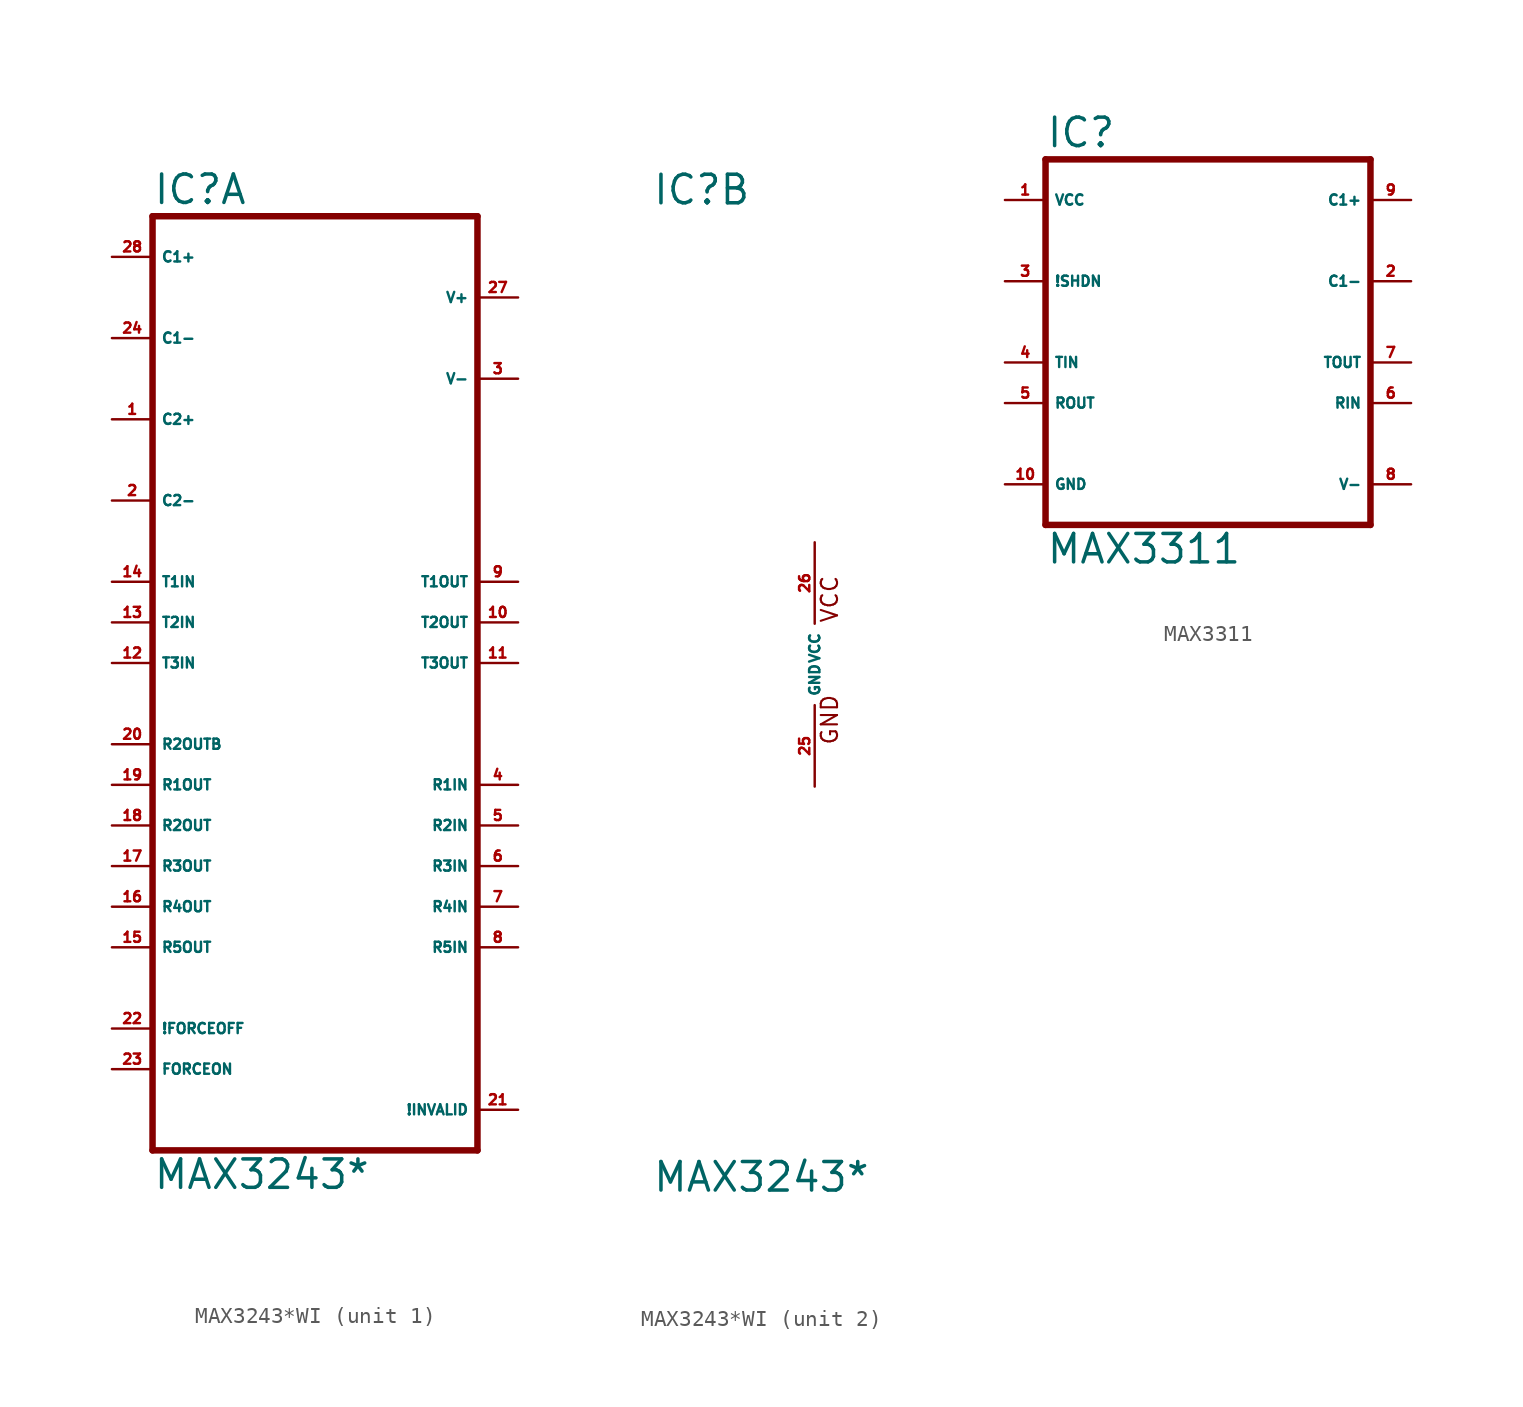
<source format=kicad_sym>
(kicad_symbol_lib
  (version 20220914)
  (generator Eagle2Kicad)
  (symbol "MAX3243*WI"
    (property "Reference" "IC"
      (at -10.16 28.575 0)
      (effects (font (size 1.778 1.778) (thickness 0.22)) (justify left bottom)))
    (property "Value" "MAX3243*"
      (at -10.16 -33.02 0)
      (effects (font (size 1.778 1.778) (thickness 0.22)) (justify left bottom)))
    (symbol "MAX3243*WI_1_0"
      (polyline (pts (xy -10.16 27.94) (xy 10.16 27.94)) (stroke (width 0.406) (type default)) (fill (type none)))
      (polyline (pts (xy 10.16 -30.48) (xy 10.16 27.94)) (stroke (width 0.406) (type default)) (fill (type none)))
      (polyline (pts (xy 10.16 -30.48) (xy -10.16 -30.48)) (stroke (width 0.406) (type default)) (fill (type none)))
      (polyline (pts (xy -10.16 27.94) (xy -10.16 -30.48)) (stroke (width 0.406) (type default)) (fill (type none)))
      (pin passive line (at -12.7 25.4 0) (length 2.54) (name "C1+" (effects (font (size 0.635 0.635) (thickness 0.08)) (justify left bottom))) (number "28" (effects (font (size 0.635 0.635) (thickness 0.08)) (justify left bottom))))
      (pin passive line (at -12.7 20.32 0) (length 2.54) (name "C1-" (effects (font (size 0.635 0.635) (thickness 0.08)) (justify left bottom))) (number "24" (effects (font (size 0.635 0.635) (thickness 0.08)) (justify left bottom))))
      (pin passive line (at -12.7 15.24 0) (length 2.54) (name "C2+" (effects (font (size 0.635 0.635) (thickness 0.08)) (justify left bottom))) (number "1" (effects (font (size 0.635 0.635) (thickness 0.08)) (justify left bottom))))
      (pin passive line (at -12.7 10.16 0) (length 2.54) (name "C2-" (effects (font (size 0.635 0.635) (thickness 0.08)) (justify left bottom))) (number "2" (effects (font (size 0.635 0.635) (thickness 0.08)) (justify left bottom))))
      (pin input line (at -12.7 5.08 0) (length 2.54) (name "T1IN" (effects (font (size 0.635 0.635) (thickness 0.08)) (justify left bottom))) (number "14" (effects (font (size 0.635 0.635) (thickness 0.08)) (justify left bottom))))
      (pin input line (at -12.7 2.54 0) (length 2.54) (name "T2IN" (effects (font (size 0.635 0.635) (thickness 0.08)) (justify left bottom))) (number "13" (effects (font (size 0.635 0.635) (thickness 0.08)) (justify left bottom))))
      (pin output line (at -12.7 -7.62 0) (length 2.54) (name "R1OUT" (effects (font (size 0.635 0.635) (thickness 0.08)) (justify left bottom))) (number "19" (effects (font (size 0.635 0.635) (thickness 0.08)) (justify left bottom))))
      (pin output line (at -12.7 -10.16 0) (length 2.54) (name "R2OUT" (effects (font (size 0.635 0.635) (thickness 0.08)) (justify left bottom))) (number "18" (effects (font (size 0.635 0.635) (thickness 0.08)) (justify left bottom))))
      (pin passive line (at 12.7 22.86 180) (length 2.54) (name "V+" (effects (font (size 0.635 0.635) (thickness 0.08)) (justify left bottom))) (number "27" (effects (font (size 0.635 0.635) (thickness 0.08)) (justify left bottom))))
      (pin passive line (at 12.7 17.78 180) (length 2.54) (name "V-" (effects (font (size 0.635 0.635) (thickness 0.08)) (justify left bottom))) (number "3" (effects (font (size 0.635 0.635) (thickness 0.08)) (justify left bottom))))
      (pin output line (at 12.7 5.08 180) (length 2.54) (name "T1OUT" (effects (font (size 0.635 0.635) (thickness 0.08)) (justify left bottom))) (number "9" (effects (font (size 0.635 0.635) (thickness 0.08)) (justify left bottom))))
      (pin output line (at 12.7 2.54 180) (length 2.54) (name "T2OUT" (effects (font (size 0.635 0.635) (thickness 0.08)) (justify left bottom))) (number "10" (effects (font (size 0.635 0.635) (thickness 0.08)) (justify left bottom))))
      (pin input line (at 12.7 -7.62 180) (length 2.54) (name "R1IN" (effects (font (size 0.635 0.635) (thickness 0.08)) (justify left bottom))) (number "4" (effects (font (size 0.635 0.635) (thickness 0.08)) (justify left bottom))))
      (pin input line (at 12.7 -10.16 180) (length 2.54) (name "R2IN" (effects (font (size 0.635 0.635) (thickness 0.08)) (justify left bottom))) (number "5" (effects (font (size 0.635 0.635) (thickness 0.08)) (justify left bottom))))
      (pin input line (at -12.7 0 0) (length 2.54) (name "T3IN" (effects (font (size 0.635 0.635) (thickness 0.08)) (justify left bottom))) (number "12" (effects (font (size 0.635 0.635) (thickness 0.08)) (justify left bottom))))
      (pin output line (at 12.7 0 180) (length 2.54) (name "T3OUT" (effects (font (size 0.635 0.635) (thickness 0.08)) (justify left bottom))) (number "11" (effects (font (size 0.635 0.635) (thickness 0.08)) (justify left bottom))))
      (pin output line (at -12.7 -5.08 0) (length 2.54) (name "R2OUTB" (effects (font (size 0.635 0.635) (thickness 0.08)) (justify left bottom))) (number "20" (effects (font (size 0.635 0.635) (thickness 0.08)) (justify left bottom))))
      (pin output line (at -12.7 -12.7 0) (length 2.54) (name "R3OUT" (effects (font (size 0.635 0.635) (thickness 0.08)) (justify left bottom))) (number "17" (effects (font (size 0.635 0.635) (thickness 0.08)) (justify left bottom))))
      (pin input line (at 12.7 -12.7 180) (length 2.54) (name "R3IN" (effects (font (size 0.635 0.635) (thickness 0.08)) (justify left bottom))) (number "6" (effects (font (size 0.635 0.635) (thickness 0.08)) (justify left bottom))))
      (pin input line (at 12.7 -27.94 180) (length 2.54) (name "!INVALID" (effects (font (size 0.635 0.635) (thickness 0.08)) (justify left bottom))) (number "21" (effects (font (size 0.635 0.635) (thickness 0.08)) (justify left bottom))))
      (pin input line (at -12.7 -22.86 0) (length 2.54) (name "!FORCEOFF" (effects (font (size 0.635 0.635) (thickness 0.08)) (justify left bottom))) (number "22" (effects (font (size 0.635 0.635) (thickness 0.08)) (justify left bottom))))
      (pin input line (at -12.7 -25.4 0) (length 2.54) (name "FORCEON" (effects (font (size 0.635 0.635) (thickness 0.08)) (justify left bottom))) (number "23" (effects (font (size 0.635 0.635) (thickness 0.08)) (justify left bottom))))
      (pin output line (at -12.7 -15.24 0) (length 2.54) (name "R4OUT" (effects (font (size 0.635 0.635) (thickness 0.08)) (justify left bottom))) (number "16" (effects (font (size 0.635 0.635) (thickness 0.08)) (justify left bottom))))
      (pin output line (at -12.7 -17.78 0) (length 2.54) (name "R5OUT" (effects (font (size 0.635 0.635) (thickness 0.08)) (justify left bottom))) (number "15" (effects (font (size 0.635 0.635) (thickness 0.08)) (justify left bottom))))
      (pin input line (at 12.7 -15.24 180) (length 2.54) (name "R4IN" (effects (font (size 0.635 0.635) (thickness 0.08)) (justify left bottom))) (number "7" (effects (font (size 0.635 0.635) (thickness 0.08)) (justify left bottom))))
      (pin input line (at 12.7 -17.78 180) (length 2.54) (name "R5IN" (effects (font (size 0.635 0.635) (thickness 0.08)) (justify left bottom))) (number "8" (effects (font (size 0.635 0.635) (thickness 0.08)) (justify left bottom)))))
    (symbol "MAX3243*WI_2_0"
      (text "GND" (at 1.524 -5.08 900) (effects (font (size 1.016 1.016) (thickness 0.13)) (justify left bottom)))
      (text "VCC" (at 1.524 2.54 900) (effects (font (size 1.016 1.016) (thickness 0.13)) (justify left bottom)))
      (pin unspecified line (at 0 7.62 270) (length 5.08) (name "VCC" (effects (font (size 0.635 0.635) (thickness 0.08)) (justify left bottom))) (number "26" (effects (font (size 0.635 0.635) (thickness 0.08)) (justify left bottom))))
      (pin unspecified line (at 0 -7.62 90) (length 5.08) (name "GND" (effects (font (size 0.635 0.635) (thickness 0.08)) (justify left bottom))) (number "25" (effects (font (size 0.635 0.635) (thickness 0.08)) (justify left bottom))))))
  (symbol "MAX3311"
    (property "Reference" "IC"
      (at -10.16 10.795 0)
      (effects (font (size 1.778 1.778) (thickness 0.22)) (justify left bottom)))
    (property "Value" "MAX3311"
      (at -10.16 -15.24 0)
      (effects (font (size 1.778 1.778) (thickness 0.22)) (justify left bottom)))
    (polyline
      (pts (xy -10.16 10.16) (xy 10.16 10.16))
      (stroke (width 0.406) (type default))
      (fill (type none)))
    (polyline
      (pts (xy 10.16 -12.7) (xy 10.16 10.16))
      (stroke (width 0.406) (type default))
      (fill (type none)))
    (polyline
      (pts (xy 10.16 -12.7) (xy -10.16 -12.7))
      (stroke (width 0.406) (type default))
      (fill (type none)))
    (polyline
      (pts (xy -10.16 10.16) (xy -10.16 -12.7))
      (stroke (width 0.406) (type default))
      (fill (type none)))
    (pin passive line
      (at 12.7 7.62 180)
      (length 2.54)
      (name "C1+" (effects (font (size 0.635 0.635) (thickness 0.08)) (justify left bottom)))
      (number "9" (effects (font (size 0.635 0.635) (thickness 0.08)) (justify left bottom))))
    (pin passive line
      (at 12.7 2.54 180)
      (length 2.54)
      (name "C1-" (effects (font (size 0.635 0.635) (thickness 0.08)) (justify left bottom)))
      (number "2" (effects (font (size 0.635 0.635) (thickness 0.08)) (justify left bottom))))
    (pin unspecified line
      (at -12.7 7.62 0)
      (length 2.54)
      (name "VCC" (effects (font (size 0.635 0.635) (thickness 0.08)) (justify left bottom)))
      (number "1" (effects (font (size 0.635 0.635) (thickness 0.08)) (justify left bottom))))
    (pin unspecified line
      (at -12.7 -10.16 0)
      (length 2.54)
      (name "GND" (effects (font (size 0.635 0.635) (thickness 0.08)) (justify left bottom)))
      (number "10" (effects (font (size 0.635 0.635) (thickness 0.08)) (justify left bottom))))
    (pin input line
      (at -12.7 -2.54 0)
      (length 2.54)
      (name "TIN" (effects (font (size 0.635 0.635) (thickness 0.08)) (justify left bottom)))
      (number "4" (effects (font (size 0.635 0.635) (thickness 0.08)) (justify left bottom))))
    (pin input line
      (at -12.7 2.54 0)
      (length 2.54)
      (name "!SHDN" (effects (font (size 0.635 0.635) (thickness 0.08)) (justify left bottom)))
      (number "3" (effects (font (size 0.635 0.635) (thickness 0.08)) (justify left bottom))))
    (pin output line
      (at -12.7 -5.08 0)
      (length 2.54)
      (name "ROUT" (effects (font (size 0.635 0.635) (thickness 0.08)) (justify left bottom)))
      (number "5" (effects (font (size 0.635 0.635) (thickness 0.08)) (justify left bottom))))
    (pin passive line
      (at 12.7 -10.16 180)
      (length 2.54)
      (name "V-" (effects (font (size 0.635 0.635) (thickness 0.08)) (justify left bottom)))
      (number "8" (effects (font (size 0.635 0.635) (thickness 0.08)) (justify left bottom))))
    (pin output line
      (at 12.7 -2.54 180)
      (length 2.54)
      (name "TOUT" (effects (font (size 0.635 0.635) (thickness 0.08)) (justify left bottom)))
      (number "7" (effects (font (size 0.635 0.635) (thickness 0.08)) (justify left bottom))))
    (pin input line
      (at 12.7 -5.08 180)
      (length 2.54)
      (name "RIN" (effects (font (size 0.635 0.635) (thickness 0.08)) (justify left bottom)))
      (number "6" (effects (font (size 0.635 0.635) (thickness 0.08)) (justify left bottom))))))
</source>
